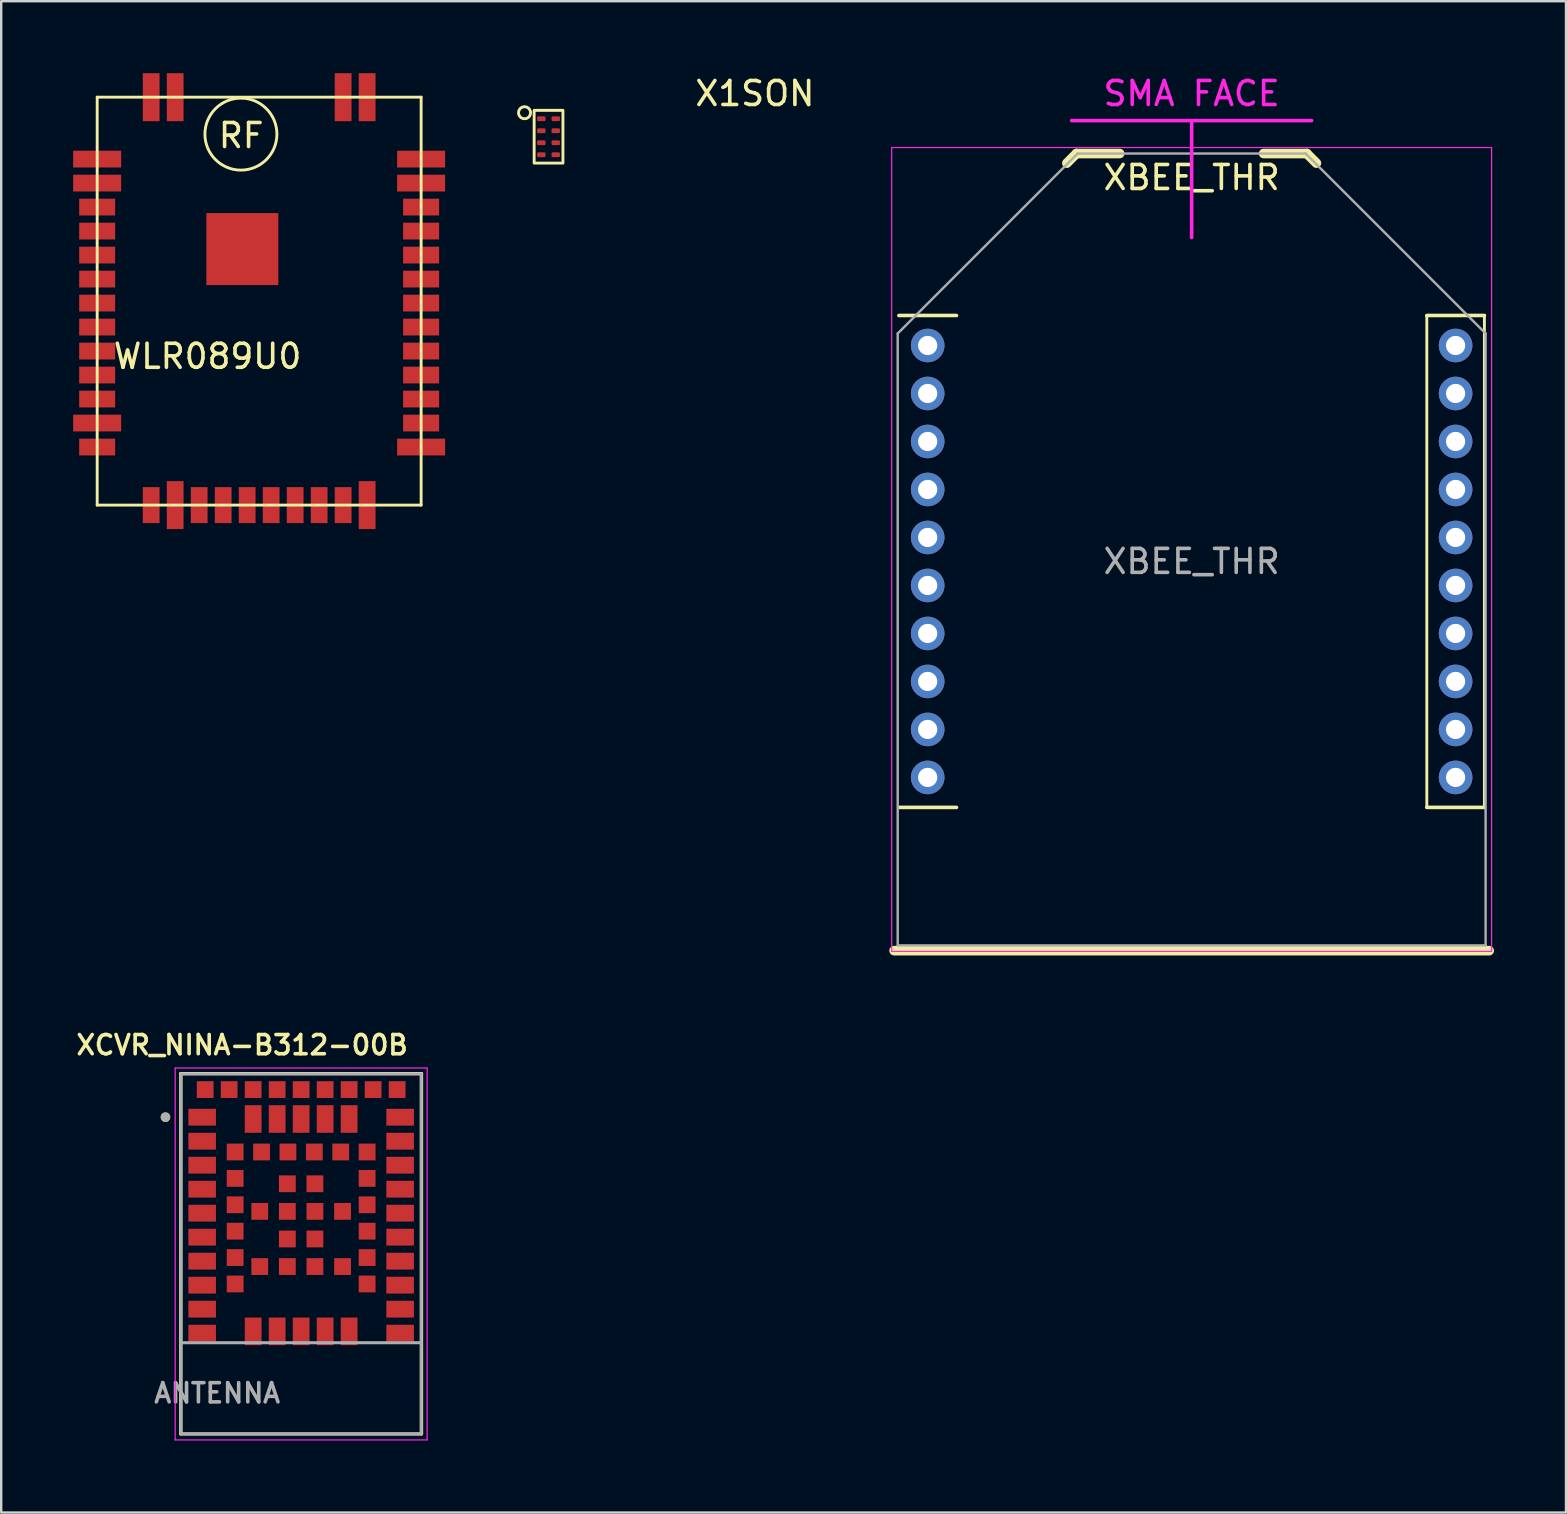
<source format=kicad_pcb>
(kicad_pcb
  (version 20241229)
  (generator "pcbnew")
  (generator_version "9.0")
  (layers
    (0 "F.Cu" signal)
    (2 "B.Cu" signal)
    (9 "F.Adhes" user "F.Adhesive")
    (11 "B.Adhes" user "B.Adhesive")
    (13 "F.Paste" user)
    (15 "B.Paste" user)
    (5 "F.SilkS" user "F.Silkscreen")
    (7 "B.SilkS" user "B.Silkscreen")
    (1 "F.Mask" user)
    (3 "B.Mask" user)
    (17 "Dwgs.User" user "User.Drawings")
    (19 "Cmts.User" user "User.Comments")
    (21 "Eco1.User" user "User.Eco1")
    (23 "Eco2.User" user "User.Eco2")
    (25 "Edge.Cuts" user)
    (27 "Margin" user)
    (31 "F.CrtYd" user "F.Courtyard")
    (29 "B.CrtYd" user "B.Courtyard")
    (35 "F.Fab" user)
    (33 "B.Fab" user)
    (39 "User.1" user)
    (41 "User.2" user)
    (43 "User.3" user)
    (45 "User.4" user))
  (footprint "XCVR_NINA-B312-00B"
    (layer "F.Cu")
    (at 9.5 49.208)
    (property "Reference" "XCVR_NINA-B312-00B" (at -2.46 -8.708 0) (layer "F.SilkS") (effects (font (size 0.8 0.8) (thickness 0.15))))
    (attr smd)
    (fp_line (start -5.02 -7.52) (end 5.02 -7.52) (stroke (width 0.127) (type solid)) (layer "F.SilkS"))
    (fp_line (start -5.02 7.5) (end -5.02 -7.52) (stroke (width 0.127) (type solid)) (layer "F.SilkS"))
    (fp_line (start 5.02 -7.52) (end 5.02 7.5) (stroke (width 0.127) (type solid)) (layer "F.SilkS"))
    (fp_line (start 5.02 7.5) (end -5.02 7.5) (stroke (width 0.127) (type solid)) (layer "F.SilkS"))
    (fp_circle (center -5.654 -5.7) (end -5.554 -5.7) (stroke (width 0.2) (type solid)) (fill no) (layer "F.SilkS"))
    (fp_line (start -5.25 -7.75) (end 5.25 -7.75) (stroke (width 0.05) (type solid)) (layer "F.CrtYd"))
    (fp_line (start -5.25 7.75) (end -5.25 -7.75) (stroke (width 0.05) (type solid)) (layer "F.CrtYd"))
    (fp_line (start 5.25 -7.75) (end 5.25 7.75) (stroke (width 0.05) (type solid)) (layer "F.CrtYd"))
    (fp_line (start 5.25 7.75) (end -5.25 7.75) (stroke (width 0.05) (type solid)) (layer "F.CrtYd"))
    (fp_line (start -5 -7.5) (end 5 -7.5) (stroke (width 0.127) (type solid)) (layer "F.Fab"))
    (fp_line (start -5 3.7) (end -5 -7.5) (stroke (width 0.127) (type solid)) (layer "F.Fab"))
    (fp_line (start -5 7.5) (end -5 3.7) (stroke (width 0.127) (type solid)) (layer "F.Fab"))
    (fp_line (start 5 -7.5) (end 5 3.7) (stroke (width 0.127) (type solid)) (layer "F.Fab"))
    (fp_line (start 5 3.7) (end -5 3.7) (stroke (width 0.127) (type solid)) (layer "F.Fab"))
    (fp_line (start 5 3.7) (end 5 7.5) (stroke (width 0.127) (type solid)) (layer "F.Fab"))
    (fp_line (start 5 7.5) (end -5 7.5) (stroke (width 0.127) (type solid)) (layer "F.Fab"))
    (fp_circle (center -5.654 -5.7) (end -5.554 -5.7) (stroke (width 0.2) (type solid)) (fill no) (layer "F.Fab"))
    (fp_text user "ANTENNA" (at -3.5 5.8 0) (layer "F.Fab") (effects (font (size 0.8 0.8) (thickness 0.15))))
    (pad "1" smd rect (at -4.125 -5.7) (size 1.15 0.7) (layers "F.Cu" "F.Mask" "F.Paste"))
    (pad "2" smd rect (at -4.125 -4.7) (size 1.15 0.7) (layers "F.Cu" "F.Mask" "F.Paste"))
    (pad "3" smd rect (at -4.125 -3.7) (size 1.15 0.7) (layers "F.Cu" "F.Mask" "F.Paste"))
    (pad "4" smd rect (at -4.125 -2.7) (size 1.15 0.7) (layers "F.Cu" "F.Mask" "F.Paste"))
    (pad "5" smd rect (at -4.125 -1.7) (size 1.15 0.7) (layers "F.Cu" "F.Mask" "F.Paste"))
    (pad "6" smd rect (at -4.125 -0.7) (size 1.15 0.7) (layers "F.Cu" "F.Mask" "F.Paste"))
    (pad "7" smd rect (at -4.125 0.3) (size 1.15 0.7) (layers "F.Cu" "F.Mask" "F.Paste"))
    (pad "8" smd rect (at -4.125 1.3) (size 1.15 0.7) (layers "F.Cu" "F.Mask" "F.Paste"))
    (pad "9" smd rect (at -4.125 2.3) (size 1.15 0.7) (layers "F.Cu" "F.Mask" "F.Paste"))
    (pad "10" smd rect (at -4.125 3.3) (size 1.15 0.7) (layers "F.Cu" "F.Mask" "F.Paste"))
    (pad "11" smd rect (at -2 3.225 90) (size 1.15 0.7) (layers "F.Cu" "F.Mask" "F.Paste"))
    (pad "12" smd rect (at -1 3.225 90) (size 1.15 0.7) (layers "F.Cu" "F.Mask" "F.Paste"))
    (pad "13" smd rect (at 0 3.225 90) (size 1.15 0.7) (layers "F.Cu" "F.Mask" "F.Paste"))
    (pad "14" smd rect (at 1 3.225 90) (size 1.15 0.7) (layers "F.Cu" "F.Mask" "F.Paste"))
    (pad "15" smd rect (at 2 3.225 90) (size 1.15 0.7) (layers "F.Cu" "F.Mask" "F.Paste"))
    (pad "16" smd rect (at 4.125 3.3) (size 1.15 0.7) (layers "F.Cu" "F.Mask" "F.Paste"))
    (pad "17" smd rect (at 4.125 2.3) (size 1.15 0.7) (layers "F.Cu" "F.Mask" "F.Paste"))
    (pad "18" smd rect (at 4.125 1.3) (size 1.15 0.7) (layers "F.Cu" "F.Mask" "F.Paste"))
    (pad "19" smd rect (at 4.125 0.3) (size 1.15 0.7) (layers "F.Cu" "F.Mask" "F.Paste"))
    (pad "20" smd rect (at 4.125 -0.7) (size 1.15 0.7) (layers "F.Cu" "F.Mask" "F.Paste"))
    (pad "21" smd rect (at 4.125 -1.7) (size 1.15 0.7) (layers "F.Cu" "F.Mask" "F.Paste"))
    (pad "22" smd rect (at 4.125 -2.7) (size 1.15 0.7) (layers "F.Cu" "F.Mask" "F.Paste"))
    (pad "23" smd rect (at 4.125 -3.7) (size 1.15 0.7) (layers "F.Cu" "F.Mask" "F.Paste"))
    (pad "24" smd rect (at 4.125 -4.7) (size 1.15 0.7) (layers "F.Cu" "F.Mask" "F.Paste"))
    (pad "25" smd rect (at 4.125 -5.7) (size 1.15 0.7) (layers "F.Cu" "F.Mask" "F.Paste"))
    (pad "26" smd rect (at 2 -5.625 90) (size 1.15 0.7) (layers "F.Cu" "F.Mask" "F.Paste"))
    (pad "27" smd rect (at 1 -5.625 90) (size 1.15 0.7) (layers "F.Cu" "F.Mask" "F.Paste"))
    (pad "28" smd rect (at 0 -5.625 90) (size 1.15 0.7) (layers "F.Cu" "F.Mask" "F.Paste"))
    (pad "29" smd rect (at -1 -5.625 90) (size 1.15 0.7) (layers "F.Cu" "F.Mask" "F.Paste"))
    (pad "30" smd rect (at -2 -5.625 90) (size 1.15 0.7) (layers "F.Cu" "F.Mask" "F.Paste"))
    (pad "31" smd rect (at -2.75 -4.25 90) (size 0.7 0.7) (layers "F.Cu" "F.Mask" "F.Paste"))
    (pad "32" smd rect (at -2.75 -3.15 90) (size 0.7 0.7) (layers "F.Cu" "F.Mask" "F.Paste"))
    (pad "33" smd rect (at -2.75 -2.05 90) (size 0.7 0.7) (layers "F.Cu" "F.Mask" "F.Paste"))
    (pad "34" smd rect (at -2.75 -0.95 90) (size 0.7 0.7) (layers "F.Cu" "F.Mask" "F.Paste"))
    (pad "35" smd rect (at -2.75 0.15 90) (size 0.7 0.7) (layers "F.Cu" "F.Mask" "F.Paste"))
    (pad "36" smd rect (at -2.75 1.25 90) (size 0.7 0.7) (layers "F.Cu" "F.Mask" "F.Paste"))
    (pad "37" smd rect (at 2.75 1.25 90) (size 0.7 0.7) (layers "F.Cu" "F.Mask" "F.Paste"))
    (pad "38" smd rect (at 2.75 0.15 90) (size 0.7 0.7) (layers "F.Cu" "F.Mask" "F.Paste"))
    (pad "39" smd rect (at 2.75 -0.95 90) (size 0.7 0.7) (layers "F.Cu" "F.Mask" "F.Paste"))
    (pad "40" smd rect (at 2.75 -2.05 90) (size 0.7 0.7) (layers "F.Cu" "F.Mask" "F.Paste"))
    (pad "41" smd rect (at 2.75 -3.15 90) (size 0.7 0.7) (layers "F.Cu" "F.Mask" "F.Paste"))
    (pad "42" smd rect (at 2.75 -4.25 90) (size 0.7 0.7) (layers "F.Cu" "F.Mask" "F.Paste"))
    (pad "43" smd rect (at 1.65 -4.25 90) (size 0.7 0.7) (layers "F.Cu" "F.Mask" "F.Paste"))
    (pad "44" smd rect (at 0.55 -4.25 90) (size 0.7 0.7) (layers "F.Cu" "F.Mask" "F.Paste"))
    (pad "45" smd rect (at -0.55 -4.25 90) (size 0.7 0.7) (layers "F.Cu" "F.Mask" "F.Paste"))
    (pad "46" smd rect (at -1.65 -4.25 90) (size 0.7 0.7) (layers "F.Cu" "F.Mask" "F.Paste"))
    (pad "47" smd rect (at 4 -6.85 90) (size 0.7 0.7) (layers "F.Cu" "F.Mask" "F.Paste"))
    (pad "48" smd rect (at 3 -6.85 90) (size 0.7 0.7) (layers "F.Cu" "F.Mask" "F.Paste"))
    (pad "49" smd rect (at 2 -6.85 90) (size 0.7 0.7) (layers "F.Cu" "F.Mask" "F.Paste"))
    (pad "50" smd rect (at 1 -6.85 90) (size 0.7 0.7) (layers "F.Cu" "F.Mask" "F.Paste"))
    (pad "51" smd rect (at 0 -6.85 90) (size 0.7 0.7) (layers "F.Cu" "F.Mask" "F.Paste"))
    (pad "52" smd rect (at -1 -6.85 90) (size 0.7 0.7) (layers "F.Cu" "F.Mask" "F.Paste"))
    (pad "53" smd rect (at -2 -6.85 90) (size 0.7 0.7) (layers "F.Cu" "F.Mask" "F.Paste"))
    (pad "54" smd rect (at -3 -6.85 90) (size 0.7 0.7) (layers "F.Cu" "F.Mask" "F.Paste"))
    (pad "55" smd rect (at -4 -6.85 90) (size 0.7 0.7) (layers "F.Cu" "F.Mask" "F.Paste"))
    (pad "EGP1" smd rect (at -0.575 -2.925 90) (size 0.7 0.7) (layers "F.Cu" "F.Mask" "F.Paste"))
    (pad "EGP2" smd rect (at 0.575 -2.925 90) (size 0.7 0.7) (layers "F.Cu" "F.Mask" "F.Paste"))
    (pad "EGP3" smd rect (at -1.725 -1.775 90) (size 0.7 0.7) (layers "F.Cu" "F.Mask" "F.Paste"))
    (pad "EGP4" smd rect (at -0.575 -1.775 90) (size 0.7 0.7) (layers "F.Cu" "F.Mask" "F.Paste"))
    (pad "EGP5" smd rect (at 0.575 -1.775 90) (size 0.7 0.7) (layers "F.Cu" "F.Mask" "F.Paste"))
    (pad "EGP6" smd rect (at 1.725 -1.775 90) (size 0.7 0.7) (layers "F.Cu" "F.Mask" "F.Paste"))
    (pad "EGP7" smd rect (at -0.575 -0.625 90) (size 0.7 0.7) (layers "F.Cu" "F.Mask" "F.Paste"))
    (pad "EGP8" smd rect (at 0.575 -0.625 90) (size 0.7 0.7) (layers "F.Cu" "F.Mask" "F.Paste"))
    (pad "EGP9" smd rect (at -1.725 0.525 90) (size 0.7 0.7) (layers "F.Cu" "F.Mask" "F.Paste"))
    (pad "EGP10" smd rect (at -0.575 0.525 90) (size 0.7 0.7) (layers "F.Cu" "F.Mask" "F.Paste"))
    (pad "EGP11" smd rect (at 0.575 0.525 90) (size 0.7 0.7) (layers "F.Cu" "F.Mask" "F.Paste"))
    (pad "EGP12" smd rect (at 1.725 0.525 90) (size 0.7 0.7) (layers "F.Cu" "F.Mask" "F.Paste")))
  (footprint "X1SON"
    (layer "F.Cu")
    (at 19.81 2.648)
    (property "Reference" "X1SON" (at 8.6 -1.8 0) (unlocked yes) (layer "F.SilkS") (effects (font (size 1 1) (thickness 0.15))))
    (attr smd)
    (fp_rect (start -0.6 -1.1) (end 0.6 1.1) (stroke (width 0.12) (type default)) (fill no) (layer "F.SilkS"))
    (fp_circle (center -1 -1) (end -0.75 -1) (stroke (width 0.12) (type default)) (fill no) (layer "F.SilkS"))
    (pad "1" smd roundrect (at -0.3 -0.75) (size 0.35 0.2) (layers "F.Cu" "F.Mask" "F.Paste") (roundrect_rratio 0.25))
    (pad "2" smd roundrect (at -0.3 -0.25) (size 0.35 0.2) (layers "F.Cu" "F.Mask" "F.Paste") (roundrect_rratio 0.25))
    (pad "3" smd roundrect (at -0.3 0.25) (size 0.35 0.2) (layers "F.Cu" "F.Mask" "F.Paste") (roundrect_rratio 0.25))
    (pad "4" smd roundrect (at -0.3 0.75) (size 0.35 0.2) (layers "F.Cu" "F.Mask" "F.Paste") (roundrect_rratio 0.25))
    (pad "5" smd roundrect (at 0.3 0.75) (size 0.35 0.2) (layers "F.Cu" "F.Mask" "F.Paste") (roundrect_rratio 0.25))
    (pad "6" smd roundrect (at 0.3 0.25) (size 0.35 0.2) (layers "F.Cu" "F.Mask" "F.Paste") (roundrect_rratio 0.25))
    (pad "7" smd roundrect (at 0.3 -0.25) (size 0.35 0.2) (layers "F.Cu" "F.Mask" "F.Paste") (roundrect_rratio 0.25))
    (pad "8" smd roundrect (at 0.3 -0.75) (size 0.35 0.2) (layers "F.Cu" "F.Mask" "F.Paste") (roundrect_rratio 0.25)))
  (footprint "WLR089U0"
    (layer "F.Cu")
    (at 1 1)
    (property "Reference" "WLR089U0" (at 4.6 10.8 0) (layer "F.SilkS") (effects (font (size 1 1) (thickness 0.15))))
    (attr through_hole)
    (fp_line (start 0 0) (end 13.5 0) (stroke (width 0.12) (type solid)) (layer "F.SilkS"))
    (fp_line (start 0 17) (end 0 0) (stroke (width 0.12) (type solid)) (layer "F.SilkS"))
    (fp_line (start 13.5 0) (end 13.5 17) (stroke (width 0.12) (type solid)) (layer "F.SilkS"))
    (fp_line (start 13.5 17) (end 0 17) (stroke (width 0.12) (type solid)) (layer "F.SilkS"))
    (fp_circle (center 5.99 1.54) (end 7.49 1.54) (stroke (width 0.12) (type solid)) (fill no) (layer "F.SilkS"))
    (fp_text user "RF" (at 6 1.6 0) (layer "F.SilkS") (effects (font (size 1 1) (thickness 0.15))))
    (pad "0" smd rect (at 6.05 6.33) (size 3 3) (layers "F.Cu" "F.Mask" "F.Paste"))
    (pad "1" smd rect (at 0 2.58 90) (size 0.7 2) (layers "F.Cu" "F.Mask" "F.Paste"))
    (pad "2" smd rect (at 0 3.58 90) (size 0.7 2) (layers "F.Cu" "F.Mask" "F.Paste"))
    (pad "3" smd rect (at 0 4.58 90) (size 0.7 1.5) (layers "F.Cu" "F.Mask" "F.Paste"))
    (pad "4" smd rect (at 0 5.58 90) (size 0.7 1.5) (layers "F.Cu" "F.Mask" "F.Paste"))
    (pad "5" smd rect (at 0 6.58 90) (size 0.7 1.5) (layers "F.Cu" "F.Mask" "F.Paste"))
    (pad "6" smd rect (at 0 7.58 90) (size 0.7 1.5) (layers "F.Cu" "F.Mask" "F.Paste"))
    (pad "7" smd rect (at 0 8.58 90) (size 0.7 1.5) (layers "F.Cu" "F.Mask" "F.Paste"))
    (pad "8" smd rect (at 0 9.58 90) (size 0.7 1.5) (layers "F.Cu" "F.Mask" "F.Paste"))
    (pad "9" smd rect (at 0 10.58 90) (size 0.7 1.5) (layers "F.Cu" "F.Mask" "F.Paste"))
    (pad "10" smd rect (at 0 11.58 90) (size 0.7 1.5) (layers "F.Cu" "F.Mask" "F.Paste"))
    (pad "11" smd rect (at 0 12.58 90) (size 0.7 1.5) (layers "F.Cu" "F.Mask" "F.Paste"))
    (pad "12" smd rect (at 0 13.58 90) (size 0.7 2) (layers "F.Cu" "F.Mask" "F.Paste"))
    (pad "13" smd rect (at 0 14.58 90) (size 0.7 1.5) (layers "F.Cu" "F.Mask" "F.Paste"))
    (pad "14" smd rect (at 2.25 17 180) (size 0.7 1.5) (layers "F.Cu" "F.Mask" "F.Paste"))
    (pad "15" smd rect (at 3.25 17 180) (size 0.7 2) (layers "F.Cu" "F.Mask" "F.Paste"))
    (pad "16" smd rect (at 4.25 17 180) (size 0.7 1.5) (layers "F.Cu" "F.Mask" "F.Paste"))
    (pad "17" smd rect (at 5.25 17 180) (size 0.7 1.5) (layers "F.Cu" "F.Mask" "F.Paste"))
    (pad "18" smd rect (at 6.25 17 180) (size 0.7 1.5) (layers "F.Cu" "F.Mask" "F.Paste"))
    (pad "19" smd rect (at 7.25 17 180) (size 0.7 1.5) (layers "F.Cu" "F.Mask" "F.Paste"))
    (pad "20" smd rect (at 8.25 17 180) (size 0.7 1.5) (layers "F.Cu" "F.Mask" "F.Paste"))
    (pad "21" smd rect (at 9.25 17 180) (size 0.7 1.5) (layers "F.Cu" "F.Mask" "F.Paste"))
    (pad "22" smd rect (at 10.25 17 180) (size 0.7 1.5) (layers "F.Cu" "F.Mask" "F.Paste"))
    (pad "23" smd rect (at 11.25 17 180) (size 0.7 2) (layers "F.Cu" "F.Mask" "F.Paste"))
    (pad "24" smd rect (at 13.5 14.58 270) (size 0.7 2) (layers "F.Cu" "F.Mask" "F.Paste"))
    (pad "25" smd rect (at 13.5 13.58 270) (size 0.7 1.5) (layers "F.Cu" "F.Mask" "F.Paste"))
    (pad "26" smd rect (at 13.5 12.58 270) (size 0.7 1.5) (layers "F.Cu" "F.Mask" "F.Paste"))
    (pad "27" smd rect (at 13.5 11.58 270) (size 0.7 1.5) (layers "F.Cu" "F.Mask" "F.Paste"))
    (pad "28" smd rect (at 13.5 10.58 270) (size 0.7 1.5) (layers "F.Cu" "F.Mask" "F.Paste"))
    (pad "29" smd rect (at 13.5 9.58 270) (size 0.7 1.5) (layers "F.Cu" "F.Mask" "F.Paste"))
    (pad "30" smd rect (at 13.5 8.58 270) (size 0.7 1.5) (layers "F.Cu" "F.Mask" "F.Paste"))
    (pad "31" smd rect (at 13.5 7.58 270) (size 0.7 1.5) (layers "F.Cu" "F.Mask" "F.Paste"))
    (pad "32" smd rect (at 13.5 6.58 270) (size 0.7 1.5) (layers "F.Cu" "F.Mask" "F.Paste"))
    (pad "33" smd rect (at 13.5 5.58 270) (size 0.7 1.5) (layers "F.Cu" "F.Mask" "F.Paste"))
    (pad "34" smd rect (at 13.5 4.58 270) (size 0.7 1.5) (layers "F.Cu" "F.Mask" "F.Paste"))
    (pad "35" smd rect (at 13.5 3.58 270) (size 0.7 2) (layers "F.Cu" "F.Mask" "F.Paste"))
    (pad "36" smd rect (at 13.5 2.58 270) (size 0.7 2) (layers "F.Cu" "F.Mask" "F.Paste"))
    (pad "37" smd rect (at 11.25 0) (size 0.7 2) (layers "F.Cu" "F.Mask" "F.Paste"))
    (pad "38" smd rect (at 10.25 0) (size 0.7 2) (layers "F.Cu" "F.Mask" "F.Paste"))
    (pad "39" smd rect (at 3.25 0) (size 0.7 2) (layers "F.Cu" "F.Mask" "F.Paste"))
    (pad "40" smd rect (at 2.25 0) (size 0.7 2) (layers "F.Cu" "F.Mask" "F.Paste")))
  (footprint "XBEE_THR"
    (layer "F.Cu")
    (at 46.611 20.348)
    (property "Reference" "XBEE_THR" (at 0 -16 0) (layer "F.SilkS") (effects (font (size 1 1) (thickness 0.15))))
    (attr through_hole)
    (fp_line (start -9.8 -10.25) (end -12.2 -10.25) (stroke (width 0.15) (type solid)) (layer "F.SilkS"))
    (fp_line (start -9.8 10.25) (end -12.2 10.25) (stroke (width 0.15) (type solid)) (layer "F.SilkS"))
    (fp_line (start -4.8 -17) (end -5.2 -16.6) (stroke (width 0.4) (type solid)) (layer "F.SilkS"))
    (fp_line (start -4.8 -17) (end -3 -17) (stroke (width 0.4) (type solid)) (layer "F.SilkS"))
    (fp_line (start 4.8 -17) (end 3 -17) (stroke (width 0.4) (type solid)) (layer "F.SilkS"))
    (fp_line (start 4.8 -17) (end 5.2 -16.6) (stroke (width 0.4) (type solid)) (layer "F.SilkS"))
    (fp_line (start 9.8 10.25) (end 9.8 -10.25) (stroke (width 0.12) (type solid)) (layer "F.SilkS"))
    (fp_line (start 12.2 -10.25) (end 9.8 -10.25) (stroke (width 0.15) (type solid)) (layer "F.SilkS"))
    (fp_line (start 12.2 -10.25) (end 12.2 10.25) (stroke (width 0.12) (type solid)) (layer "F.SilkS"))
    (fp_line (start 12.2 10.25) (end 9.8 10.25) (stroke (width 0.15) (type solid)) (layer "F.SilkS"))
    (fp_line (start 12.4 16.22) (end -12.4 16.22) (stroke (width 0.4) (type solid)) (layer "F.SilkS"))
    (fp_line (start -12.5 -17.25) (end -12.5 16.25) (stroke (width 0.05) (type solid)) (layer "F.CrtYd"))
    (fp_line (start -12.5 -17.25) (end 12.5 -17.25) (stroke (width 0.05) (type solid)) (layer "F.CrtYd"))
    (fp_line (start -12.5 16.25) (end 12.5 16.25) (stroke (width 0.05) (type solid)) (layer "F.CrtYd"))
    (fp_line (start -5 -18.373) (end 5 -18.373) (stroke (width 0.15) (type solid)) (layer "F.CrtYd"))
    (fp_line (start 0 -18.373) (end 0 -13.5) (stroke (width 0.15) (type solid)) (layer "F.CrtYd"))
    (fp_line (start 12.5 -17.25) (end 12.5 16.25) (stroke (width 0.05) (type solid)) (layer "F.CrtYd"))
    (fp_line (start -12.25 -9.5) (end -12.25 16) (stroke (width 0.1) (type solid)) (layer "F.Fab"))
    (fp_line (start -12.25 -9.5) (end -4.75 -17) (stroke (width 0.1) (type solid)) (layer "F.Fab"))
    (fp_line (start -12.25 16) (end 12.25 16) (stroke (width 0.1) (type solid)) (layer "F.Fab"))
    (fp_line (start -4.75 -17) (end 4.75 -17) (stroke (width 0.1) (type solid)) (layer "F.Fab"))
    (fp_line (start 4.75 -17) (end 12.25 -9.5) (stroke (width 0.1) (type solid)) (layer "F.Fab"))
    (fp_line (start 12.25 -9.5) (end 12.25 16) (stroke (width 0.1) (type solid)) (layer "F.Fab"))
    (fp_text user "SMA FACE" (at 0 -19.5 0) (layer "F.CrtYd") (effects (font (size 1 1) (thickness 0.15))))
    (fp_text user "${REFERENCE}" (at 0 0 0) (layer "F.Fab") (effects (font (size 1 1) (thickness 0.15))))
    (pad "1" thru_hole circle (at -11 -9) (size 1.4 1.4) (drill 0.8) (layers "*.Cu" "*.Mask"))
    (pad "2" thru_hole circle (at -11 -7) (size 1.4 1.4) (drill 0.8) (layers "*.Cu" "*.Mask"))
    (pad "3" thru_hole circle (at -11 -5) (size 1.4 1.4) (drill 0.8) (layers "*.Cu" "*.Mask"))
    (pad "4" thru_hole circle (at -11 -3) (size 1.4 1.4) (drill 0.8) (layers "*.Cu" "*.Mask"))
    (pad "5" thru_hole circle (at -11 -1) (size 1.4 1.4) (drill 0.8) (layers "*.Cu" "*.Mask"))
    (pad "6" thru_hole circle (at -11 1) (size 1.4 1.4) (drill 0.8) (layers "*.Cu" "*.Mask"))
    (pad "7" thru_hole circle (at -11 3) (size 1.4 1.4) (drill 0.8) (layers "*.Cu" "*.Mask"))
    (pad "8" thru_hole circle (at -11 5) (size 1.4 1.4) (drill 0.8) (layers "*.Cu" "*.Mask"))
    (pad "9" thru_hole circle (at -11 7) (size 1.4 1.4) (drill 0.8) (layers "*.Cu" "*.Mask"))
    (pad "10" thru_hole circle (at -11 9) (size 1.4 1.4) (drill 0.8) (layers "*.Cu" "*.Mask"))
    (pad "11" thru_hole circle (at 11 9) (size 1.4 1.4) (drill 0.8) (layers "*.Cu" "*.Mask"))
    (pad "12" thru_hole circle (at 11 7) (size 1.4 1.4) (drill 0.8) (layers "*.Cu" "*.Mask"))
    (pad "13" thru_hole circle (at 11 5) (size 1.4 1.4) (drill 0.8) (layers "*.Cu" "*.Mask"))
    (pad "14" thru_hole circle (at 11 3) (size 1.4 1.4) (drill 0.8) (layers "*.Cu" "*.Mask"))
    (pad "15" thru_hole circle (at 11 1) (size 1.4 1.4) (drill 0.8) (layers "*.Cu" "*.Mask"))
    (pad "16" thru_hole circle (at 11 -1) (size 1.4 1.4) (drill 0.8) (layers "*.Cu" "*.Mask"))
    (pad "17" thru_hole circle (at 11 -3) (size 1.4 1.4) (drill 0.8) (layers "*.Cu" "*.Mask"))
    (pad "18" thru_hole circle (at 11 -5) (size 1.4 1.4) (drill 0.8) (layers "*.Cu" "*.Mask"))
    (pad "19" thru_hole circle (at 11 -7) (size 1.4 1.4) (drill 0.8) (layers "*.Cu" "*.Mask"))
    (pad "20" thru_hole circle (at 11 -9) (size 1.4 1.4) (drill 0.8) (layers "*.Cu" "*.Mask")))
  (gr_rect
    (start -3 -3)
    (end 62.211 59.983)
    (stroke (width 0.1) (type default))
    (fill no)
    (layer "Edge.Cuts")))
</source>
